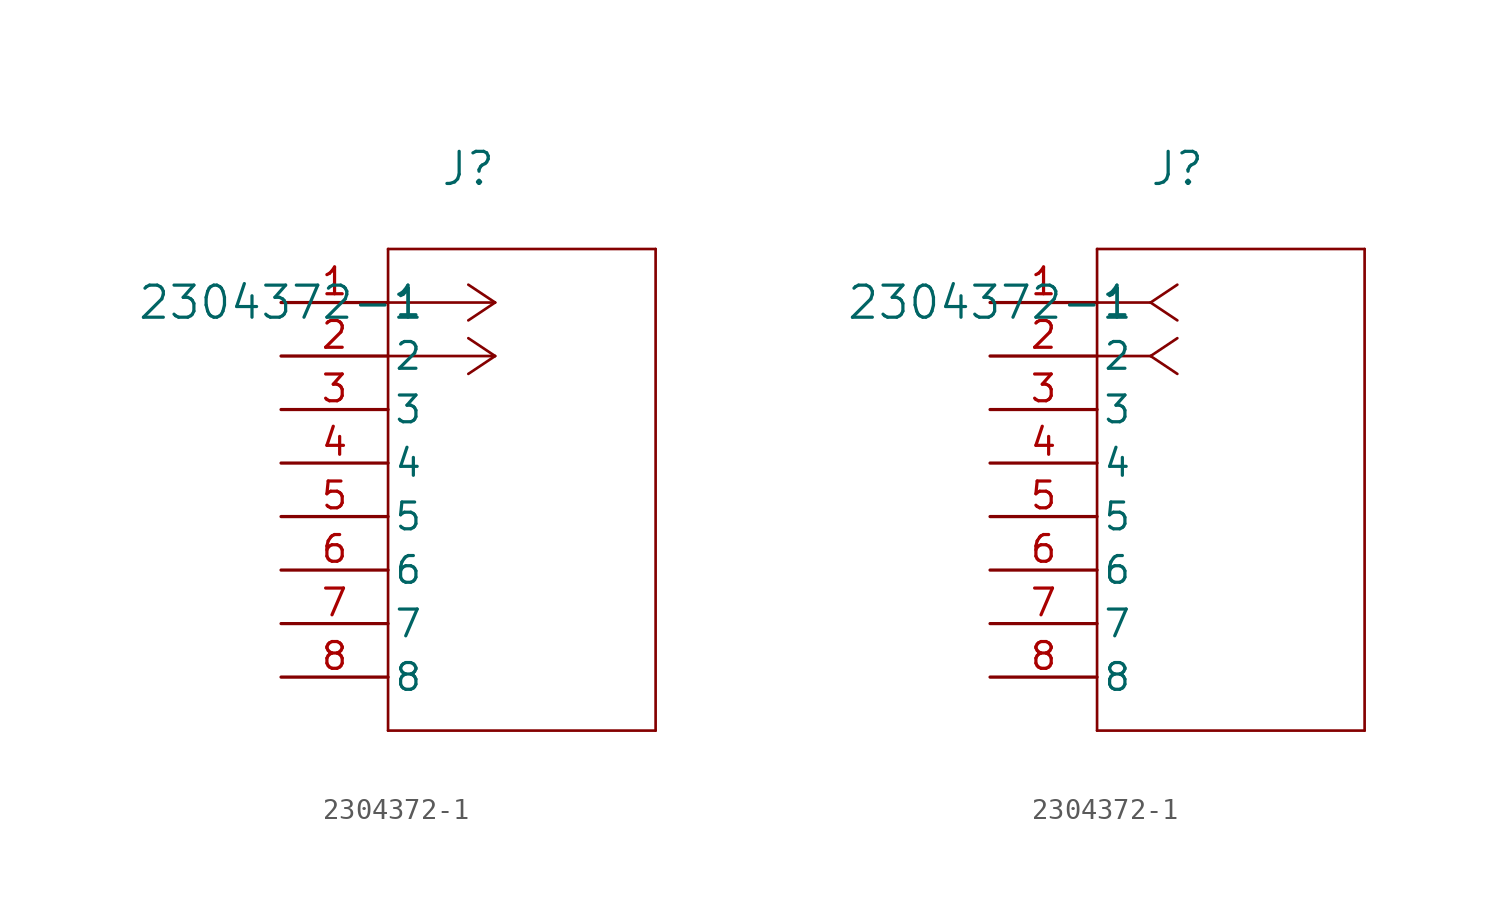
<source format=kicad_sym>
(kicad_symbol_lib
  (version 20211014)
  (generator kicad_symbol_editor)
  (symbol "2304372-1"
    (pin_names
      (offset 0.254))
    (property "Reference" "J"
      (at 8.89 6.35 0)
      (effects (font (size 1.524 1.524))))
    (property "Value" "2304372-1"
      (at 0 0 0)
      (effects (font (size 1.524 1.524))))
    (symbol "2304372-1_1_1"
      (polyline (pts (xy 10.16 0) (xy 5.08 0)) (stroke (width 0.127) (type default) (color 0 0 0 0)) (fill (type none)))
      (polyline (pts (xy 10.16 -2.54) (xy 5.08 -2.54)) (stroke (width 0.127) (type default) (color 0 0 0 0)) (fill (type none)))
      (polyline (pts (xy 10.16 0) (xy 8.89 0.847)) (stroke (width 0.127) (type default) (color 0 0 0 0)) (fill (type none)))
      (polyline (pts (xy 10.16 -2.54) (xy 8.89 -1.693)) (stroke (width 0.127) (type default) (color 0 0 0 0)) (fill (type none)))
      (polyline (pts (xy 10.16 0) (xy 8.89 -0.847)) (stroke (width 0.127) (type default) (color 0 0 0 0)) (fill (type none)))
      (polyline (pts (xy 10.16 -2.54) (xy 8.89 -3.387)) (stroke (width 0.127) (type default) (color 0 0 0 0)) (fill (type none)))
      (polyline (pts (xy 5.08 2.54) (xy 5.08 -20.32)) (stroke (width 0.127) (type default) (color 0 0 0 0)) (fill (type none)))
      (polyline (pts (xy 5.08 -20.32) (xy 17.78 -20.32)) (stroke (width 0.127) (type default) (color 0 0 0 0)) (fill (type none)))
      (polyline (pts (xy 17.78 -20.32) (xy 17.78 2.54)) (stroke (width 0.127) (type default) (color 0 0 0 0)) (fill (type none)))
      (polyline (pts (xy 17.78 2.54) (xy 5.08 2.54)) (stroke (width 0.127) (type default) (color 0 0 0 0)) (fill (type none)))
      (pin unspecified line (at 0 0 0) (length 5.08) (name "1" (effects (font (size 1.27 1.27)))) (number "1" (effects (font (size 1.27 1.27)))))
      (pin unspecified line (at 0 -2.54 0) (length 5.08) (name "2" (effects (font (size 1.27 1.27)))) (number "2" (effects (font (size 1.27 1.27)))))
      (pin unspecified line (at 0 -5.08 0) (length 5.08) (name "3" (effects (font (size 1.27 1.27)))) (number "3" (effects (font (size 1.27 1.27)))))
      (pin unspecified line (at 0 -7.62 0) (length 5.08) (name "4" (effects (font (size 1.27 1.27)))) (number "4" (effects (font (size 1.27 1.27)))))
      (pin unspecified line (at 0 -10.16 0) (length 5.08) (name "5" (effects (font (size 1.27 1.27)))) (number "5" (effects (font (size 1.27 1.27)))))
      (pin unspecified line (at 0 -12.7 0) (length 5.08) (name "6" (effects (font (size 1.27 1.27)))) (number "6" (effects (font (size 1.27 1.27)))))
      (pin unspecified line (at 0 -15.24 0) (length 5.08) (name "7" (effects (font (size 1.27 1.27)))) (number "7" (effects (font (size 1.27 1.27)))))
      (pin unspecified line (at 0 -17.78 0) (length 5.08) (name "8" (effects (font (size 1.27 1.27)))) (number "8" (effects (font (size 1.27 1.27))))))
    (symbol "2304372-1_1_2"
      (polyline (pts (xy 7.62 0) (xy 5.08 0)) (stroke (width 0.127) (type default) (color 0 0 0 0)) (fill (type none)))
      (polyline (pts (xy 7.62 -2.54) (xy 5.08 -2.54)) (stroke (width 0.127) (type default) (color 0 0 0 0)) (fill (type none)))
      (polyline (pts (xy 7.62 0) (xy 8.89 0.847)) (stroke (width 0.127) (type default) (color 0 0 0 0)) (fill (type none)))
      (polyline (pts (xy 7.62 -2.54) (xy 8.89 -1.693)) (stroke (width 0.127) (type default) (color 0 0 0 0)) (fill (type none)))
      (polyline (pts (xy 7.62 0) (xy 8.89 -0.847)) (stroke (width 0.127) (type default) (color 0 0 0 0)) (fill (type none)))
      (polyline (pts (xy 7.62 -2.54) (xy 8.89 -3.387)) (stroke (width 0.127) (type default) (color 0 0 0 0)) (fill (type none)))
      (polyline (pts (xy 5.08 2.54) (xy 5.08 -20.32)) (stroke (width 0.127) (type default) (color 0 0 0 0)) (fill (type none)))
      (polyline (pts (xy 5.08 -20.32) (xy 17.78 -20.32)) (stroke (width 0.127) (type default) (color 0 0 0 0)) (fill (type none)))
      (polyline (pts (xy 17.78 -20.32) (xy 17.78 2.54)) (stroke (width 0.127) (type default) (color 0 0 0 0)) (fill (type none)))
      (polyline (pts (xy 17.78 2.54) (xy 5.08 2.54)) (stroke (width 0.127) (type default) (color 0 0 0 0)) (fill (type none)))
      (pin unspecified line (at 0 0 0) (length 5.08) (name "1" (effects (font (size 1.27 1.27)))) (number "1" (effects (font (size 1.27 1.27)))))
      (pin unspecified line (at 0 -2.54 0) (length 5.08) (name "2" (effects (font (size 1.27 1.27)))) (number "2" (effects (font (size 1.27 1.27)))))
      (pin unspecified line (at 0 -5.08 0) (length 5.08) (name "3" (effects (font (size 1.27 1.27)))) (number "3" (effects (font (size 1.27 1.27)))))
      (pin unspecified line (at 0 -7.62 0) (length 5.08) (name "4" (effects (font (size 1.27 1.27)))) (number "4" (effects (font (size 1.27 1.27)))))
      (pin unspecified line (at 0 -10.16 0) (length 5.08) (name "5" (effects (font (size 1.27 1.27)))) (number "5" (effects (font (size 1.27 1.27)))))
      (pin unspecified line (at 0 -12.7 0) (length 5.08) (name "6" (effects (font (size 1.27 1.27)))) (number "6" (effects (font (size 1.27 1.27)))))
      (pin unspecified line (at 0 -15.24 0) (length 5.08) (name "7" (effects (font (size 1.27 1.27)))) (number "7" (effects (font (size 1.27 1.27)))))
      (pin unspecified line (at 0 -17.78 0) (length 5.08) (name "8" (effects (font (size 1.27 1.27)))) (number "8" (effects (font (size 1.27 1.27))))))))
</source>
